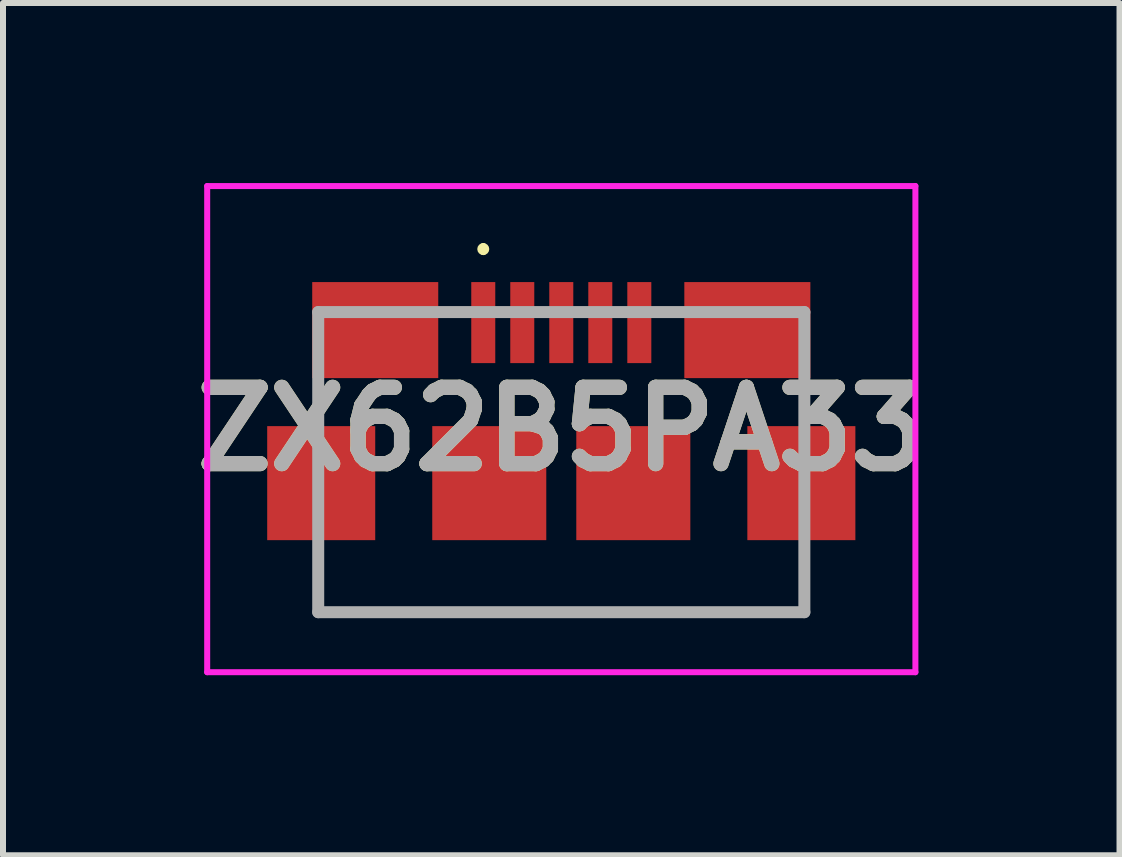
<source format=kicad_pcb>
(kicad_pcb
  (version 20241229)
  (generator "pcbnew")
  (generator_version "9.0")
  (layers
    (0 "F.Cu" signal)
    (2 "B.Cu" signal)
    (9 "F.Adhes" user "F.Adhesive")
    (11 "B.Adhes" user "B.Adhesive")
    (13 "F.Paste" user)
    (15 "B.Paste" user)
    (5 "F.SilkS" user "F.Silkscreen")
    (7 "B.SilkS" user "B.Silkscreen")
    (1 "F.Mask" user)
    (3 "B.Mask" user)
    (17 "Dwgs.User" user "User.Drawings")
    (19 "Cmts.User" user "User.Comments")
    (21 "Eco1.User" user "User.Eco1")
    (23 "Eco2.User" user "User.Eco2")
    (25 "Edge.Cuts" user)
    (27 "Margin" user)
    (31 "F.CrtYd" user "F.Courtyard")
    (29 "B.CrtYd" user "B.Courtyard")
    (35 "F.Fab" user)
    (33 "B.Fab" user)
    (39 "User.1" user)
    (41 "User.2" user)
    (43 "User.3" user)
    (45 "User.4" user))
  (footprint "ZX62B5PA33"
    (layer "F.Cu")
    (at 6.302 4.65)
    (property "Reference" "ZX62B5PA33" (at 0 -0.55 0) (layer "F.SilkS") (effects (font (size 1.27 1.27) (thickness 0.254))))
    (attr smd)
    (fp_line (start -4 2.5) (end 4.05 2.5) (stroke (width 0.1) (type solid)) (layer "F.SilkS"))
    (fp_line (start -1.3 -3.6) (end -1.3 -3.6) (stroke (width 0.1) (type solid)) (layer "F.SilkS"))
    (fp_line (start -1.3 -3.5) (end -1.3 -3.5) (stroke (width 0.1) (type solid)) (layer "F.SilkS"))
    (fp_arc (start -1.3 -3.6) (mid -1.25 -3.55) (end -1.3 -3.5) (stroke (width 0.1) (type solid)) (layer "F.SilkS"))
    (fp_arc (start -1.3 -3.5) (mid -1.35 -3.55) (end -1.3 -3.6) (stroke (width 0.1) (type solid)) (layer "F.SilkS"))
    (fp_line (start -5.9 -4.6) (end 5.9 -4.6) (stroke (width 0.1) (type solid)) (layer "F.CrtYd"))
    (fp_line (start -5.9 3.5) (end -5.9 -4.6) (stroke (width 0.1) (type solid)) (layer "F.CrtYd"))
    (fp_line (start 5.9 -4.6) (end 5.9 3.5) (stroke (width 0.1) (type solid)) (layer "F.CrtYd"))
    (fp_line (start 5.9 3.5) (end -5.9 3.5) (stroke (width 0.1) (type solid)) (layer "F.CrtYd"))
    (fp_line (start -4.05 -2.5) (end 4.05 -2.5) (stroke (width 0.2) (type solid)) (layer "F.Fab"))
    (fp_line (start -4.05 2.5) (end -4.05 -2.5) (stroke (width 0.2) (type solid)) (layer "F.Fab"))
    (fp_line (start 4.05 -2.5) (end 4.05 2.5) (stroke (width 0.2) (type solid)) (layer "F.Fab"))
    (fp_line (start 4.05 2.5) (end -4.05 2.5) (stroke (width 0.2) (type solid)) (layer "F.Fab"))
    (fp_text user "${REFERENCE}" (at 0 -0.55 0) (layer "F.Fab") (effects (font (size 1.27 1.27) (thickness 0.254))))
    (pad "1" smd rect (at -1.3 -2.325) (size 0.4 1.35) (layers "F.Cu" "F.Mask" "F.Paste"))
    (pad "2" smd rect (at -0.65 -2.325) (size 0.4 1.35) (layers "F.Cu" "F.Mask" "F.Paste"))
    (pad "3" smd rect (at 0 -2.325) (size 0.4 1.35) (layers "F.Cu" "F.Mask" "F.Paste"))
    (pad "4" smd rect (at 0.65 -2.325) (size 0.4 1.35) (layers "F.Cu" "F.Mask" "F.Paste"))
    (pad "5" smd rect (at 1.3 -2.325) (size 0.4 1.35) (layers "F.Cu" "F.Mask" "F.Paste"))
    (pad "MP1" smd rect (at -4 0.35) (size 1.8 1.9) (layers "F.Cu" "F.Mask" "F.Paste"))
    (pad "MP2" smd rect (at 4 0.35) (size 1.8 1.9) (layers "F.Cu" "F.Mask" "F.Paste"))
    (pad "MP3" smd rect (at -3.1 -2.2 90) (size 1.6 2.1) (layers "F.Cu" "F.Mask" "F.Paste"))
    (pad "MP4" smd rect (at 3.1 -2.2 90) (size 1.6 2.1) (layers "F.Cu" "F.Mask" "F.Paste"))
    (pad "MP5" smd rect (at -1.2 0.35) (size 1.9 1.9) (layers "F.Cu" "F.Mask" "F.Paste"))
    (pad "MP6" smd rect (at 1.2 0.35) (size 1.9 1.9) (layers "F.Cu" "F.Mask" "F.Paste")))
  (gr_rect
    (start -3 -3)
    (end 15.603 11.2)
    (stroke (width 0.1) (type default))
    (fill no)
    (layer "Edge.Cuts")))
</source>
